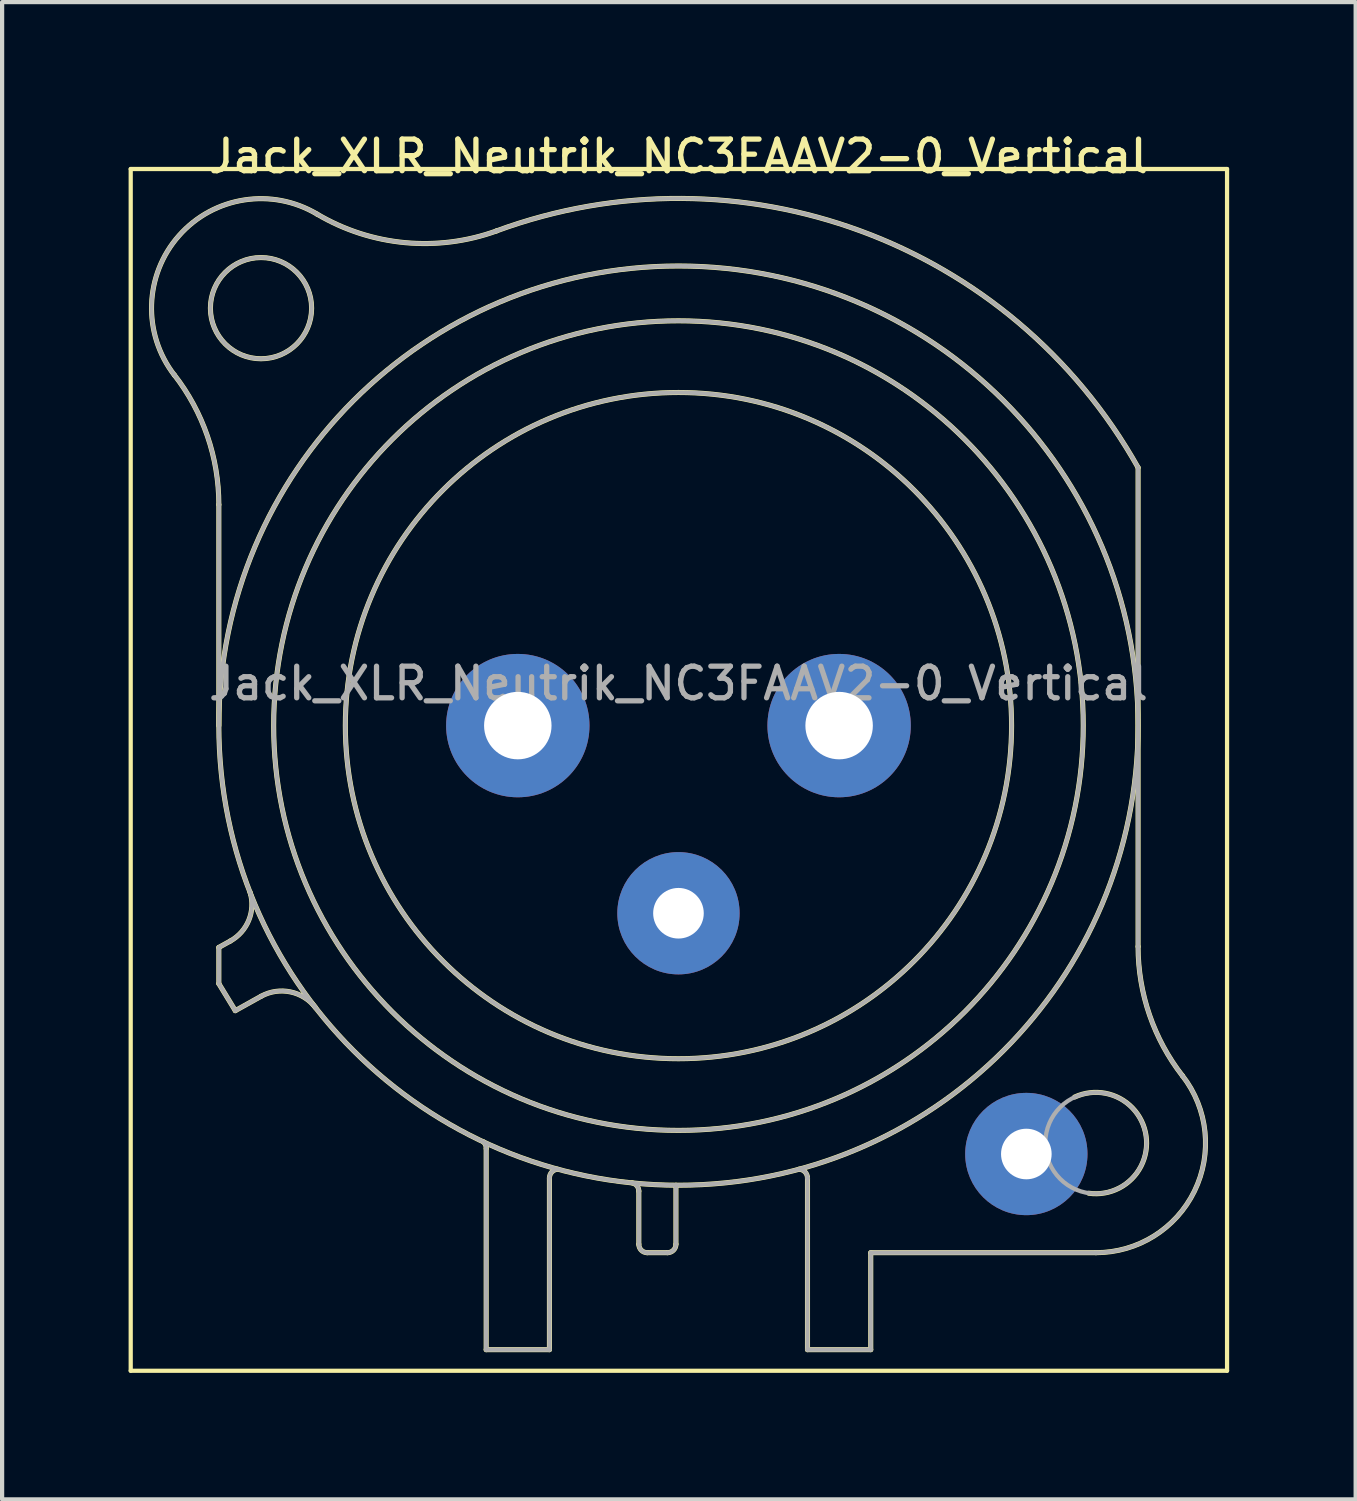
<source format=kicad_pcb>
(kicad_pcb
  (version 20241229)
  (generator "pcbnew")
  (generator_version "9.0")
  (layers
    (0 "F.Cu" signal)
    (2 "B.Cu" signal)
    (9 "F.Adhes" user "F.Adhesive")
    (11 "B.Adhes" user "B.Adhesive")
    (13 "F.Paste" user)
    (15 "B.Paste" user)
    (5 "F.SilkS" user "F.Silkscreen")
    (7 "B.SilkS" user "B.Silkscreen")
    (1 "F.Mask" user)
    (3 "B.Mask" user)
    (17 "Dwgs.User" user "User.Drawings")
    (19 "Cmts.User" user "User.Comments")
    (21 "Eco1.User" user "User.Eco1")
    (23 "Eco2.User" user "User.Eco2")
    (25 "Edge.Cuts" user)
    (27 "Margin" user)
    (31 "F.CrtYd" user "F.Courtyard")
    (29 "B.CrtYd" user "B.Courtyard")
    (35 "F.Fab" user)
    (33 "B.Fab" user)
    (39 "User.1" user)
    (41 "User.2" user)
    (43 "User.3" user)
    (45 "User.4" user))
  (footprint "Jack_XLR_Neutrik_NC3FAAV2-0_Vertical"
    (layer "F.Cu")
    (at 16.85 14.158)
    (property "Reference" "Jack_XLR_Neutrik_NC3FAAV2-0_Vertical" (at -3.81 -13.5 0) (layer "F.SilkS") (effects (font (size 0.75 0.75) (thickness 0.125))))
    (attr through_hole)
    (fp_line (start -16.8 -13.2) (end 9.2 -13.2) (stroke (width 0.1) (type solid)) (layer "F.SilkS"))
    (fp_line (start -16.8 15.3) (end -16.8 -13.2) (stroke (width 0.1) (type solid)) (layer "F.SilkS"))
    (fp_line (start -14.71 0) (end -14.71 -5.24) (stroke (width 0.12) (type solid)) (layer "F.SilkS"))
    (fp_line (start -14.71 5.26) (end -14.44 5.11) (stroke (width 0.12) (type solid)) (layer "F.SilkS"))
    (fp_line (start -14.71 6.12) (end -14.71 5.26) (stroke (width 0.12) (type solid)) (layer "F.SilkS"))
    (fp_line (start -14.32 6.76) (end -14.71 6.12) (stroke (width 0.12) (type solid)) (layer "F.SilkS"))
    (fp_line (start -13.71 6.42) (end -14.32 6.76) (stroke (width 0.12) (type solid)) (layer "F.SilkS"))
    (fp_line (start -8.37 10.03) (end -8.37 14.8) (stroke (width 0.12) (type solid)) (layer "F.SilkS"))
    (fp_line (start -6.87 14.8) (end -8.37 14.8) (stroke (width 0.12) (type solid)) (layer "F.SilkS"))
    (fp_line (start -6.87 14.8) (end -6.87 10.73) (stroke (width 0.12) (type solid)) (layer "F.SilkS"))
    (fp_line (start -4.75 11.04) (end -4.75 12.3) (stroke (width 0.12) (type solid)) (layer "F.SilkS"))
    (fp_line (start -4.07 12.5) (end -4.55 12.5) (stroke (width 0.12) (type solid)) (layer "F.SilkS"))
    (fp_line (start -3.87 10.9) (end -3.87 12.3) (stroke (width 0.12) (type solid)) (layer "F.SilkS"))
    (fp_line (start -0.75 10.73) (end -0.75 10.73) (stroke (width 0.12) (type solid)) (layer "F.SilkS"))
    (fp_line (start -0.75 14.8) (end -0.75 10.73) (stroke (width 0.12) (type solid)) (layer "F.SilkS"))
    (fp_line (start 0.75 12.5) (end 6.09 12.5) (stroke (width 0.12) (type solid)) (layer "F.SilkS"))
    (fp_line (start 0.75 14.8) (end -0.75 14.8) (stroke (width 0.12) (type solid)) (layer "F.SilkS"))
    (fp_line (start 0.75 14.8) (end 0.75 12.5) (stroke (width 0.12) (type solid)) (layer "F.SilkS"))
    (fp_line (start 7.09 5.24) (end 7.09 -6.12) (stroke (width 0.12) (type solid)) (layer "F.SilkS"))
    (fp_line (start 9.2 -13.2) (end 9.2 15.3) (stroke (width 0.1) (type solid)) (layer "F.SilkS"))
    (fp_line (start 9.2 15.3) (end -16.8 15.3) (stroke (width 0.1) (type solid)) (layer "F.SilkS"))
    (fp_arc (start -15.766689 -8.317569) (mid -14.98153 -6.866962) (end -14.71 -5.24) (stroke (width 0.12) (type solid)) (layer "F.SilkS"))
    (fp_arc (start -15.761979 -8.309032) (mid -15.65429 -11.620911) (end -12.38 -12.13) (stroke (width 0.12) (type solid)) (layer "F.SilkS"))
    (fp_arc (start -13.969214 3.951372) (mid -13.999461 4.614043) (end -14.44 5.11) (stroke (width 0.12) (type solid)) (layer "F.SilkS"))
    (fp_arc (start -13.71 6.42) (mid -13.01025 6.315915) (end -12.412202 6.693832) (stroke (width 0.12) (type solid)) (layer "F.SilkS"))
    (fp_arc (start -8.436364 9.870864) (mid -8.385177 9.942924) (end -8.37 10.03) (stroke (width 0.12) (type solid)) (layer "F.SilkS"))
    (fp_arc (start -8.12905 -11.730738) (mid 0.51404 -11.7289) (end 7.09 -6.12) (stroke (width 0.12) (type solid)) (layer "F.SilkS"))
    (fp_arc (start -8.118081 -11.733841) (mid -10.293498 -11.453642) (end -12.38 -12.13) (stroke (width 0.12) (type solid)) (layer "F.SilkS"))
    (fp_arc (start -6.87 10.73) (mid -6.814828 10.588126) (end -6.678303 10.520799) (stroke (width 0.12) (type solid)) (layer "F.SilkS"))
    (fp_arc (start -4.908418 10.84437) (mid -4.794571 10.914136) (end -4.75 11.04) (stroke (width 0.12) (type solid)) (layer "F.SilkS"))
    (fp_arc (start -4.55 12.5) (mid -4.691421 12.441421) (end -4.75 12.3) (stroke (width 0.12) (type solid)) (layer "F.SilkS"))
    (fp_arc (start -3.87 12.3) (mid -3.928579 12.441421) (end -4.07 12.5) (stroke (width 0.12) (type solid)) (layer "F.SilkS"))
    (fp_arc (start -0.949009 10.520288) (mid -0.807671 10.585446) (end -0.75 10.73) (stroke (width 0.12) (type solid)) (layer "F.SilkS"))
    (fp_arc (start 5.584454 8.809393) (mid 7.279278 9.725021) (end 5.92 11.09) (stroke (width 0.12) (type solid)) (layer "F.SilkS"))
    (fp_arc (start 8.141619 8.302858) (mid 8.42587 11.041804) (end 6.09 12.5) (stroke (width 0.12) (type solid)) (layer "F.SilkS"))
    (fp_arc (start 8.14247 8.305283) (mid 7.360446 6.860467) (end 7.09 5.24) (stroke (width 0.12) (type solid)) (layer "F.SilkS"))
    (fp_circle (center -13.71 -9.9) (end -12.51 -9.9) (stroke (width 0.12) (type solid)) (fill no) (layer "F.SilkS"))
    (fp_circle (center -3.81 0) (end 4.09 0) (stroke (width 0.12) (type solid)) (fill no) (layer "F.SilkS"))
    (fp_circle (center -3.81 0) (end 5.79 0) (stroke (width 0.12) (type solid)) (fill no) (layer "F.SilkS"))
    (fp_circle (center -3.81 0) (end 7.09 0) (stroke (width 0.12) (type solid)) (fill no) (layer "F.SilkS"))
    (fp_line (start -14.71 0) (end -14.71 -5.24) (stroke (width 0.1) (type solid)) (layer "F.Fab"))
    (fp_line (start -14.71 5.26) (end -14.44 5.11) (stroke (width 0.1) (type solid)) (layer "F.Fab"))
    (fp_line (start -14.71 6.12) (end -14.71 5.26) (stroke (width 0.1) (type solid)) (layer "F.Fab"))
    (fp_line (start -14.32 6.76) (end -14.71 6.12) (stroke (width 0.1) (type solid)) (layer "F.Fab"))
    (fp_line (start -13.71 6.42) (end -14.32 6.76) (stroke (width 0.1) (type solid)) (layer "F.Fab"))
    (fp_line (start -8.37 10.03) (end -8.37 14.8) (stroke (width 0.1) (type solid)) (layer "F.Fab"))
    (fp_line (start -6.87 14.8) (end -8.37 14.8) (stroke (width 0.1) (type solid)) (layer "F.Fab"))
    (fp_line (start -6.87 14.8) (end -6.87 10.73) (stroke (width 0.1) (type solid)) (layer "F.Fab"))
    (fp_line (start -4.75 11.04) (end -4.75 12.3) (stroke (width 0.1) (type solid)) (layer "F.Fab"))
    (fp_line (start -4.07 12.5) (end -4.55 12.5) (stroke (width 0.1) (type solid)) (layer "F.Fab"))
    (fp_line (start -3.87 10.9) (end -3.87 12.3) (stroke (width 0.1) (type solid)) (layer "F.Fab"))
    (fp_line (start -0.75 10.73) (end -0.75 10.73) (stroke (width 0.1) (type solid)) (layer "F.Fab"))
    (fp_line (start -0.75 14.8) (end -0.75 10.73) (stroke (width 0.1) (type solid)) (layer "F.Fab"))
    (fp_line (start 0.75 12.5) (end 6.09 12.5) (stroke (width 0.1) (type solid)) (layer "F.Fab"))
    (fp_line (start 0.75 14.8) (end -0.75 14.8) (stroke (width 0.1) (type solid)) (layer "F.Fab"))
    (fp_line (start 0.75 14.8) (end 0.75 12.5) (stroke (width 0.1) (type solid)) (layer "F.Fab"))
    (fp_line (start 7.09 5.24) (end 7.09 -6.12) (stroke (width 0.1) (type solid)) (layer "F.Fab"))
    (fp_arc (start -15.766689 -8.317569) (mid -14.98153 -6.866962) (end -14.71 -5.24) (stroke (width 0.1) (type solid)) (layer "F.Fab"))
    (fp_arc (start -15.761979 -8.309032) (mid -15.65429 -11.620911) (end -12.38 -12.13) (stroke (width 0.1) (type solid)) (layer "F.Fab"))
    (fp_arc (start -13.969214 3.951372) (mid -13.999461 4.614043) (end -14.44 5.11) (stroke (width 0.1) (type solid)) (layer "F.Fab"))
    (fp_arc (start -13.71 6.42) (mid -13.01025 6.315915) (end -12.412202 6.693832) (stroke (width 0.1) (type solid)) (layer "F.Fab"))
    (fp_arc (start -8.436364 9.870864) (mid -8.385177 9.942924) (end -8.37 10.03) (stroke (width 0.1) (type solid)) (layer "F.Fab"))
    (fp_arc (start -8.12905 -11.730738) (mid 0.51404 -11.7289) (end 7.09 -6.12) (stroke (width 0.1) (type solid)) (layer "F.Fab"))
    (fp_arc (start -8.118081 -11.733841) (mid -10.293498 -11.453642) (end -12.38 -12.13) (stroke (width 0.1) (type solid)) (layer "F.Fab"))
    (fp_arc (start -6.87 10.73) (mid -6.814828 10.588126) (end -6.678303 10.520799) (stroke (width 0.1) (type solid)) (layer "F.Fab"))
    (fp_arc (start -4.908418 10.84437) (mid -4.794571 10.914136) (end -4.75 11.04) (stroke (width 0.1) (type solid)) (layer "F.Fab"))
    (fp_arc (start -4.55 12.5) (mid -4.691421 12.441421) (end -4.75 12.3) (stroke (width 0.1) (type solid)) (layer "F.Fab"))
    (fp_arc (start -3.87 12.3) (mid -3.928579 12.441421) (end -4.07 12.5) (stroke (width 0.1) (type solid)) (layer "F.Fab"))
    (fp_arc (start -0.949009 10.520288) (mid -0.807671 10.585446) (end -0.75 10.73) (stroke (width 0.1) (type solid)) (layer "F.Fab"))
    (fp_arc (start 8.141619 8.302858) (mid 8.42587 11.041804) (end 6.09 12.5) (stroke (width 0.1) (type solid)) (layer "F.Fab"))
    (fp_arc (start 8.14247 8.305283) (mid 7.360446 6.860467) (end 7.09 5.24) (stroke (width 0.1) (type solid)) (layer "F.Fab"))
    (fp_circle (center -13.71 -9.9) (end -12.51 -9.9) (stroke (width 0.1) (type solid)) (fill no) (layer "F.Fab"))
    (fp_circle (center -3.81 0) (end 4.09 0) (stroke (width 0.1) (type solid)) (fill no) (layer "F.Fab"))
    (fp_circle (center -3.81 0) (end 5.79 0) (stroke (width 0.1) (type solid)) (fill no) (layer "F.Fab"))
    (fp_circle (center -3.81 0) (end 7.09 0) (stroke (width 0.1) (type solid)) (fill no) (layer "F.Fab"))
    (fp_circle (center 6.09 9.9) (end 7.29 9.9) (stroke (width 0.1) (type solid)) (fill no) (layer "F.Fab"))
    (fp_text user "${REFERENCE}" (at -3.81 -1 0) (layer "F.Fab") (effects (font (size 0.75 0.75) (thickness 0.125))))
    (pad "1" thru_hole circle (at 0 0) (size 3.4 3.4) (drill 1.6) (layers "*.Cu" "*.Mask"))
    (pad "2" thru_hole circle (at -7.62 0) (size 3.4 3.4) (drill 1.6) (layers "*.Cu" "*.Mask"))
    (pad "3" thru_hole circle (at -3.81 4.45) (size 2.9 2.9) (drill 1.2) (layers "*.Cu" "*.Mask"))
    (pad "G" thru_hole circle (at 4.44 10.16) (size 2.9 2.9) (drill 1.2) (layers "*.Cu" "*.Mask")))
  (gr_rect
    (start -3 -3)
    (end 29.1 32.508)
    (stroke (width 0.1) (type default))
    (fill no)
    (layer "Edge.Cuts")))
</source>
